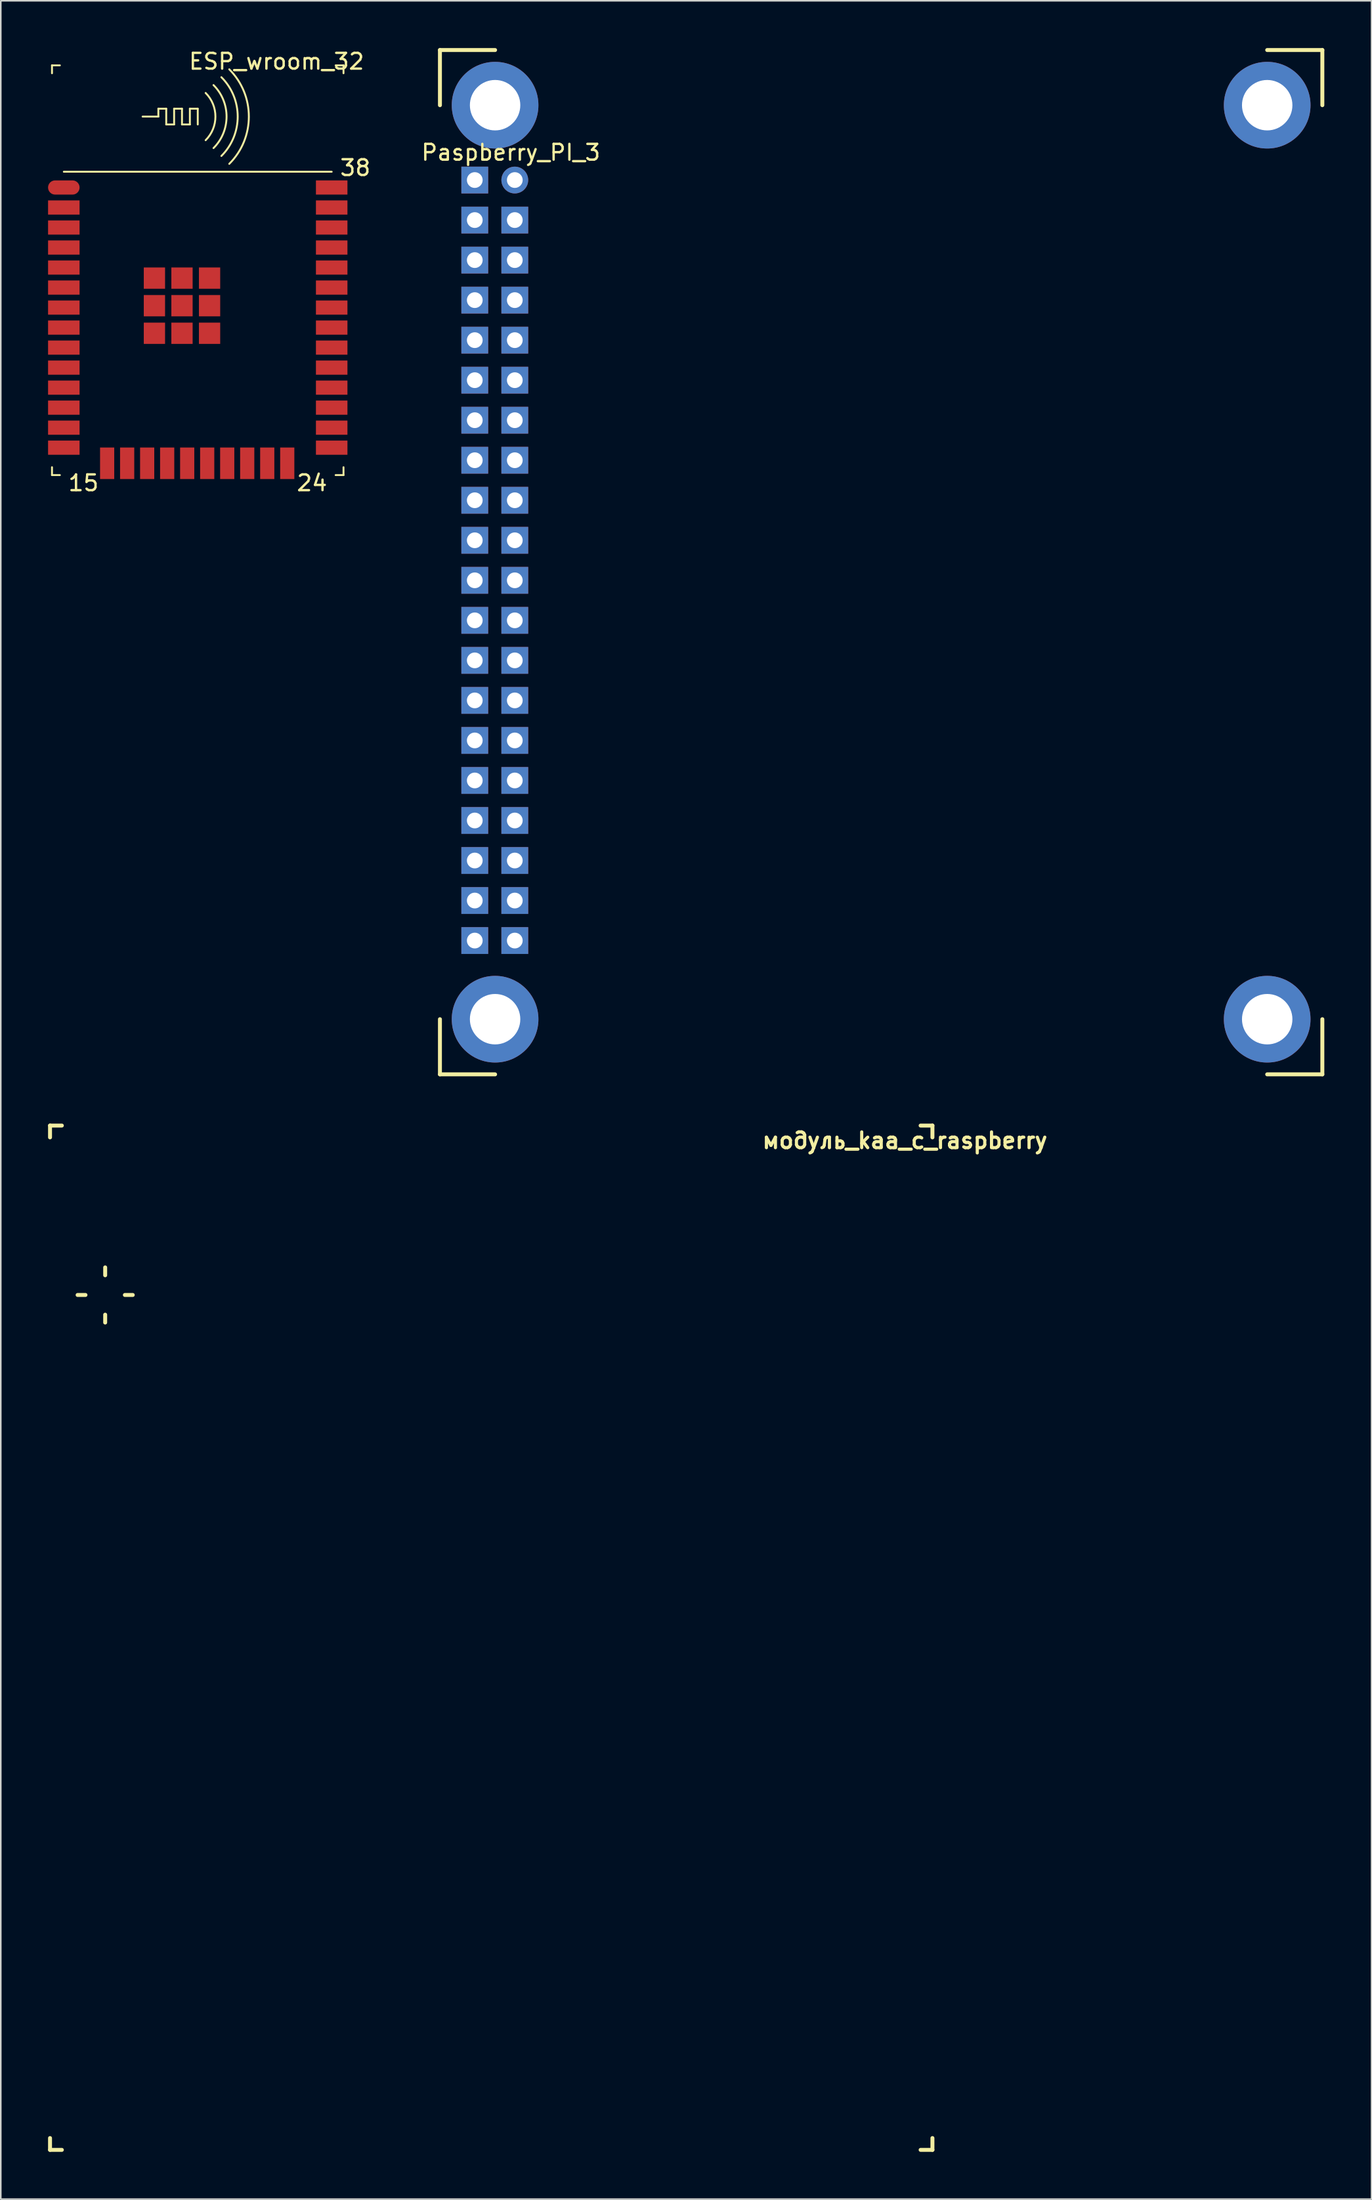
<source format=kicad_pcb>
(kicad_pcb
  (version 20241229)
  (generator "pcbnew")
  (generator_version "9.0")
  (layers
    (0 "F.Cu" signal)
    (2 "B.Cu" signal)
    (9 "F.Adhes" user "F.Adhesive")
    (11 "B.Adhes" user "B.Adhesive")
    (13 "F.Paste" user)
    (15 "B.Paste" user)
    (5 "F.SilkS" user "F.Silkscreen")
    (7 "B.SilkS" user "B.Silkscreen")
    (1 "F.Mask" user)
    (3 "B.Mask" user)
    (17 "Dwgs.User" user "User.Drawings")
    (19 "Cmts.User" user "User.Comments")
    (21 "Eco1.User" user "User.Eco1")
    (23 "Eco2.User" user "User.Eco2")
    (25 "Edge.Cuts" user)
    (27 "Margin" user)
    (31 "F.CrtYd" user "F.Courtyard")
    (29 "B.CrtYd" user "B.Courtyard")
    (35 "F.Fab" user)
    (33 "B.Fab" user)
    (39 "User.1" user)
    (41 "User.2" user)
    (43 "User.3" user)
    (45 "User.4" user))
  (footprint "Paspberry_PI_3"
    (layer "F.Cu")
    (at 29.981 8.375)
    (property "Reference" "Paspberry_PI_3" (at -0.611 -1.75 0) (layer "F.SilkS") (effects (font (size 1 1) (thickness 0.15))))
    (attr through_hole)
    (fp_line (start -5.111 -8.25) (end -5.111 -4.75) (stroke (width 0.25) (type solid)) (layer "F.SilkS"))
    (fp_line (start -5.111 56.75) (end -5.111 53.25) (stroke (width 0.25) (type solid)) (layer "F.SilkS"))
    (fp_line (start -1.611 -8.25) (end -5.111 -8.25) (stroke (width 0.25) (type solid)) (layer "F.SilkS"))
    (fp_line (start -1.611 56.75) (end -5.111 56.75) (stroke (width 0.25) (type solid)) (layer "F.SilkS"))
    (fp_line (start 47.389 -8.25) (end 50.889 -8.25) (stroke (width 0.25) (type solid)) (layer "F.SilkS"))
    (fp_line (start 47.389 56.75) (end 50.889 56.75) (stroke (width 0.25) (type solid)) (layer "F.SilkS"))
    (fp_line (start 50.889 -8.25) (end 50.889 -4.75) (stroke (width 0.25) (type solid)) (layer "F.SilkS"))
    (fp_line (start 50.889 56.75) (end 50.889 53.25) (stroke (width 0.25) (type solid)) (layer "F.SilkS"))
    (pad "0" thru_hole circle (at -1.611 -4.75) (size 5.5 5.5) (drill 3.2) (layers "*.Cu" "*.Mask"))
    (pad "0" thru_hole circle (at -1.611 53.25) (size 5.5 5.5) (drill 3.2) (layers "*.Cu" "*.Mask"))
    (pad "0" thru_hole circle (at 47.389 -4.75) (size 5.5 5.5) (drill 3.2) (layers "*.Cu" "*.Mask"))
    (pad "0" thru_hole circle (at 47.389 53.25) (size 5.5 5.5) (drill 3.2) (layers "*.Cu" "*.Mask"))
    (pad "1" thru_hole circle (at -0.361 0) (size 1.7 1.7) (drill 1) (layers "*.Cu" "*.Mask"))
    (pad "2" thru_hole rect (at -2.901 0) (size 1.7 1.7) (drill 1) (layers "*.Cu" "*.Mask"))
    (pad "3" thru_hole rect (at -0.361 2.54) (size 1.7 1.7) (drill 1) (layers "*.Cu" "*.Mask"))
    (pad "4" thru_hole rect (at -2.901 2.54) (size 1.7 1.7) (drill 1) (layers "*.Cu" "*.Mask"))
    (pad "5" thru_hole rect (at -0.361 5.08) (size 1.7 1.7) (drill 1) (layers "*.Cu" "*.Mask"))
    (pad "6" thru_hole rect (at -2.901 5.08) (size 1.7 1.7) (drill 1) (layers "*.Cu" "*.Mask"))
    (pad "7" thru_hole rect (at -0.361 7.62) (size 1.7 1.7) (drill 1) (layers "*.Cu" "*.Mask"))
    (pad "8" thru_hole rect (at -2.901 7.62) (size 1.7 1.7) (drill 1) (layers "*.Cu" "*.Mask"))
    (pad "9" thru_hole rect (at -0.361 10.16) (size 1.7 1.7) (drill 1) (layers "*.Cu" "*.Mask"))
    (pad "10" thru_hole rect (at -2.901 10.16) (size 1.7 1.7) (drill 1) (layers "*.Cu" "*.Mask"))
    (pad "11" thru_hole rect (at -0.361 12.7) (size 1.7 1.7) (drill 1) (layers "*.Cu" "*.Mask"))
    (pad "12" thru_hole rect (at -2.901 12.7) (size 1.7 1.7) (drill 1) (layers "*.Cu" "*.Mask"))
    (pad "13" thru_hole rect (at -0.361 15.24) (size 1.7 1.7) (drill 1) (layers "*.Cu" "*.Mask"))
    (pad "14" thru_hole rect (at -2.901 15.24) (size 1.7 1.7) (drill 1) (layers "*.Cu" "*.Mask"))
    (pad "15" thru_hole rect (at -0.361 17.78) (size 1.7 1.7) (drill 1) (layers "*.Cu" "*.Mask"))
    (pad "16" thru_hole rect (at -2.901 17.78) (size 1.7 1.7) (drill 1) (layers "*.Cu" "*.Mask"))
    (pad "17" thru_hole rect (at -0.361 20.32) (size 1.7 1.7) (drill 1) (layers "*.Cu" "*.Mask"))
    (pad "18" thru_hole rect (at -2.901 20.32) (size 1.7 1.7) (drill 1) (layers "*.Cu" "*.Mask"))
    (pad "19" thru_hole rect (at -0.361 22.86) (size 1.7 1.7) (drill 1) (layers "*.Cu" "*.Mask"))
    (pad "20" thru_hole rect (at -2.901 22.86) (size 1.7 1.7) (drill 1) (layers "*.Cu" "*.Mask"))
    (pad "21" thru_hole rect (at -0.361 25.4) (size 1.7 1.7) (drill 1) (layers "*.Cu" "*.Mask"))
    (pad "22" thru_hole rect (at -2.901 25.4) (size 1.7 1.7) (drill 1) (layers "*.Cu" "*.Mask"))
    (pad "23" thru_hole rect (at -0.361 27.94) (size 1.7 1.7) (drill 1) (layers "*.Cu" "*.Mask"))
    (pad "24" thru_hole rect (at -2.901 27.94) (size 1.7 1.7) (drill 1) (layers "*.Cu" "*.Mask"))
    (pad "25" thru_hole rect (at -0.361 30.48) (size 1.7 1.7) (drill 1) (layers "*.Cu" "*.Mask"))
    (pad "26" thru_hole rect (at -2.901 30.48) (size 1.7 1.7) (drill 1) (layers "*.Cu" "*.Mask"))
    (pad "27" thru_hole rect (at -0.361 33.02) (size 1.7 1.7) (drill 1) (layers "*.Cu" "*.Mask"))
    (pad "28" thru_hole rect (at -2.901 33.02) (size 1.7 1.7) (drill 1) (layers "*.Cu" "*.Mask"))
    (pad "29" thru_hole rect (at -0.361 35.56) (size 1.7 1.7) (drill 1) (layers "*.Cu" "*.Mask"))
    (pad "30" thru_hole rect (at -2.901 35.56) (size 1.7 1.7) (drill 1) (layers "*.Cu" "*.Mask"))
    (pad "31" thru_hole rect (at -0.361 38.1) (size 1.7 1.7) (drill 1) (layers "*.Cu" "*.Mask"))
    (pad "32" thru_hole rect (at -2.901 38.1) (size 1.7 1.7) (drill 1) (layers "*.Cu" "*.Mask"))
    (pad "33" thru_hole rect (at -0.361 40.64) (size 1.7 1.7) (drill 1) (layers "*.Cu" "*.Mask"))
    (pad "34" thru_hole rect (at -2.901 40.64) (size 1.7 1.7) (drill 1) (layers "*.Cu" "*.Mask"))
    (pad "35" thru_hole rect (at -0.361 43.18) (size 1.7 1.7) (drill 1) (layers "*.Cu" "*.Mask"))
    (pad "36" thru_hole rect (at -2.901 43.18) (size 1.7 1.7) (drill 1) (layers "*.Cu" "*.Mask"))
    (pad "37" thru_hole rect (at -0.361 45.72) (size 1.7 1.7) (drill 1) (layers "*.Cu" "*.Mask"))
    (pad "38" thru_hole rect (at -2.901 45.72) (size 1.7 1.7) (drill 1) (layers "*.Cu" "*.Mask"))
    (pad "39" thru_hole rect (at -0.361 48.26) (size 1.7 1.7) (drill 1) (layers "*.Cu" "*.Mask"))
    (pad "40" thru_hole rect (at -2.901 48.26) (size 1.7 1.7) (drill 1) (layers "*.Cu" "*.Mask")))
  (footprint "ESP_wroom_32"
    (layer "F.Cu")
    (at 1 8.848)
    (property "Reference" "ESP_wroom_32" (at 13.5 -8 0) (layer "F.SilkS") (effects (font (size 1 1) (thickness 0.15))))
    (attr through_hole)
    (fp_line (start -0.75 -7.75) (end -0.75 -7.25) (stroke (width 0.12) (type solid)) (layer "F.SilkS"))
    (fp_line (start -0.75 -7.75) (end -0.25 -7.75) (stroke (width 0.12) (type solid)) (layer "F.SilkS"))
    (fp_line (start -0.75 18.25) (end -0.75 17.75) (stroke (width 0.12) (type solid)) (layer "F.SilkS"))
    (fp_line (start -0.75 18.25) (end -0.25 18.25) (stroke (width 0.12) (type solid)) (layer "F.SilkS"))
    (fp_line (start 0 -1) (end 17 -1) (stroke (width 0.12) (type solid)) (layer "F.SilkS"))
    (fp_line (start 5 -4.5) (end 6 -4.5) (stroke (width 0.12) (type solid)) (layer "F.SilkS"))
    (fp_line (start 6 -5) (end 6.5 -5) (stroke (width 0.12) (type solid)) (layer "F.SilkS"))
    (fp_line (start 6 -4.5) (end 6 -5) (stroke (width 0.12) (type solid)) (layer "F.SilkS"))
    (fp_line (start 6.5 -5) (end 6.5 -4) (stroke (width 0.12) (type solid)) (layer "F.SilkS"))
    (fp_line (start 6.5 -4) (end 7 -4) (stroke (width 0.12) (type solid)) (layer "F.SilkS"))
    (fp_line (start 7 -5) (end 7.5 -5) (stroke (width 0.12) (type solid)) (layer "F.SilkS"))
    (fp_line (start 7 -4) (end 7 -5) (stroke (width 0.12) (type solid)) (layer "F.SilkS"))
    (fp_line (start 7.5 -5) (end 7.5 -4) (stroke (width 0.12) (type solid)) (layer "F.SilkS"))
    (fp_line (start 7.5 -4) (end 8 -4) (stroke (width 0.12) (type solid)) (layer "F.SilkS"))
    (fp_line (start 8 -5) (end 8.5 -5) (stroke (width 0.12) (type solid)) (layer "F.SilkS"))
    (fp_line (start 8 -4) (end 8 -5) (stroke (width 0.12) (type solid)) (layer "F.SilkS"))
    (fp_line (start 8.5 -5) (end 8.5 -4) (stroke (width 0.12) (type solid)) (layer "F.SilkS"))
    (fp_line (start 17.75 -7.75) (end 17.25 -7.75) (stroke (width 0.12) (type solid)) (layer "F.SilkS"))
    (fp_line (start 17.75 -7.75) (end 17.75 -7.25) (stroke (width 0.12) (type solid)) (layer "F.SilkS"))
    (fp_line (start 17.75 18.25) (end 17.25 18.25) (stroke (width 0.12) (type solid)) (layer "F.SilkS"))
    (fp_line (start 17.75 18.25) (end 17.75 17.75) (stroke (width 0.12) (type solid)) (layer "F.SilkS"))
    (fp_arc (start 8.999999 -5.999999) (mid 9.621319 -4.5) (end 8.999999 -3.000001) (stroke (width 0.12) (type solid)) (layer "F.SilkS"))
    (fp_arc (start 9.499999 -6.499999) (mid 10.328426 -4.5) (end 9.499999 -2.500001) (stroke (width 0.12) (type solid)) (layer "F.SilkS"))
    (fp_arc (start 9.999999 -6.999999) (mid 11.035532 -4.5) (end 9.999999 -2.000001) (stroke (width 0.12) (type solid)) (layer "F.SilkS"))
    (fp_arc (start 10.499999 -7.499999) (mid 11.742639 -4.5) (end 10.499999 -1.500001) (stroke (width 0.12) (type solid)) (layer "F.SilkS"))
    (fp_text user "15" (at 1.25 18.75 0) (layer "F.SilkS") (effects (font (size 1 1) (thickness 0.15))))
    (fp_text user "38" (at 18.5 -1.25 0) (layer "F.SilkS") (effects (font (size 1 1) (thickness 0.15))))
    (fp_text user "24" (at 15.75 18.75 0) (layer "F.SilkS") (effects (font (size 1 1) (thickness 0.15))))
    (pad "1" smd oval (at 0 0) (size 2 0.9) (layers "F.Cu" "F.Mask" "F.Paste"))
    (pad "2" smd rect (at 0 1.27) (size 2 0.9) (layers "F.Cu" "F.Mask" "F.Paste"))
    (pad "3" smd rect (at 0 2.54) (size 2 0.9) (layers "F.Cu" "F.Mask" "F.Paste"))
    (pad "4" smd rect (at 0 3.81) (size 2 0.9) (layers "F.Cu" "F.Mask" "F.Paste"))
    (pad "5" smd rect (at 0 5.08) (size 2 0.9) (layers "F.Cu" "F.Mask" "F.Paste"))
    (pad "6" smd rect (at 0 6.35) (size 2 0.9) (layers "F.Cu" "F.Mask" "F.Paste"))
    (pad "7" smd rect (at 0 7.62) (size 2 0.9) (layers "F.Cu" "F.Mask" "F.Paste"))
    (pad "8" smd rect (at 0 8.89) (size 2 0.9) (layers "F.Cu" "F.Mask" "F.Paste"))
    (pad "9" smd rect (at 0 10.16) (size 2 0.9) (layers "F.Cu" "F.Mask" "F.Paste"))
    (pad "10" smd rect (at 0 11.43) (size 2 0.9) (layers "F.Cu" "F.Mask" "F.Paste"))
    (pad "11" smd rect (at 0 12.7) (size 2 0.9) (layers "F.Cu" "F.Mask" "F.Paste"))
    (pad "12" smd rect (at 0 13.97) (size 2 0.9) (layers "F.Cu" "F.Mask" "F.Paste"))
    (pad "13" smd rect (at 0 15.24) (size 2 0.9) (layers "F.Cu" "F.Mask" "F.Paste"))
    (pad "14" smd rect (at 0 16.51) (size 2 0.9) (layers "F.Cu" "F.Mask" "F.Paste"))
    (pad "15" smd rect (at 2.75 17.5) (size 0.9 2) (layers "F.Cu" "F.Mask" "F.Paste"))
    (pad "16" smd rect (at 4.02 17.5) (size 0.9 2) (layers "F.Cu" "F.Mask" "F.Paste"))
    (pad "17" smd rect (at 5.29 17.5) (size 0.9 2) (layers "F.Cu" "F.Mask" "F.Paste"))
    (pad "18" smd rect (at 6.56 17.5) (size 0.9 2) (layers "F.Cu" "F.Mask" "F.Paste"))
    (pad "19" smd rect (at 7.83 17.5) (size 0.9 2) (layers "F.Cu" "F.Mask" "F.Paste"))
    (pad "20" smd rect (at 9.1 17.5) (size 0.9 2) (layers "F.Cu" "F.Mask" "F.Paste"))
    (pad "21" smd rect (at 10.37 17.5) (size 0.9 2) (layers "F.Cu" "F.Mask" "F.Paste"))
    (pad "22" smd rect (at 11.64 17.5) (size 0.9 2) (layers "F.Cu" "F.Mask" "F.Paste"))
    (pad "23" smd rect (at 12.91 17.5) (size 0.9 2) (layers "F.Cu" "F.Mask" "F.Paste"))
    (pad "24" smd rect (at 14.18 17.5) (size 0.9 2) (layers "F.Cu" "F.Mask" "F.Paste"))
    (pad "25" smd rect (at 17 16.51) (size 2 0.9) (layers "F.Cu" "F.Mask" "F.Paste"))
    (pad "26" smd rect (at 17 15.24) (size 2 0.9) (layers "F.Cu" "F.Mask" "F.Paste"))
    (pad "27" smd rect (at 17 13.97) (size 2 0.9) (layers "F.Cu" "F.Mask" "F.Paste"))
    (pad "28" smd rect (at 17 12.7) (size 2 0.9) (layers "F.Cu" "F.Mask" "F.Paste"))
    (pad "29" smd rect (at 17 11.43) (size 2 0.9) (layers "F.Cu" "F.Mask" "F.Paste"))
    (pad "30" smd rect (at 17 10.16) (size 2 0.9) (layers "F.Cu" "F.Mask" "F.Paste"))
    (pad "31" smd rect (at 17 8.89) (size 2 0.9) (layers "F.Cu" "F.Mask" "F.Paste"))
    (pad "32" smd rect (at 17 7.62) (size 2 0.9) (layers "F.Cu" "F.Mask" "F.Paste"))
    (pad "33" smd rect (at 17 6.35) (size 2 0.9) (layers "F.Cu" "F.Mask" "F.Paste"))
    (pad "34" smd rect (at 17 5.08) (size 2 0.9) (layers "F.Cu" "F.Mask" "F.Paste"))
    (pad "35" smd rect (at 17 3.81) (size 2 0.9) (layers "F.Cu" "F.Mask" "F.Paste"))
    (pad "36" smd rect (at 17 2.54) (size 2 0.9) (layers "F.Cu" "F.Mask" "F.Paste"))
    (pad "37" smd rect (at 17 1.27) (size 2 0.9) (layers "F.Cu" "F.Mask" "F.Paste"))
    (pad "38" smd rect (at 17 0) (size 2 0.9) (layers "F.Cu" "F.Mask" "F.Paste"))
    (pad "39" smd rect (at 5.75 5.75) (size 1.35 1.35) (layers "F.Cu" "F.Mask" "F.Paste"))
    (pad "39" smd rect (at 5.75 7.5) (size 1.35 1.35) (layers "F.Cu" "F.Mask" "F.Paste"))
    (pad "39" smd rect (at 5.75 9.25) (size 1.35 1.35) (layers "F.Cu" "F.Mask" "F.Paste"))
    (pad "39" smd rect (at 7.5 5.75) (size 1.35 1.35) (layers "F.Cu" "F.Mask" "F.Paste"))
    (pad "39" smd rect (at 7.5 7.5) (size 1.35 1.35) (layers "F.Cu" "F.Mask" "F.Paste"))
    (pad "39" smd rect (at 7.5 9.25) (size 1.35 1.35) (layers "F.Cu" "F.Mask" "F.Paste"))
    (pad "39" smd rect (at 9.25 5.75) (size 1.35 1.35) (layers "F.Cu" "F.Mask" "F.Paste"))
    (pad "39" smd rect (at 9.25 7.5) (size 1.35 1.35) (layers "F.Cu" "F.Mask" "F.Paste"))
    (pad "39" smd rect (at 9.25 9.25) (size 1.35 1.35) (layers "F.Cu" "F.Mask" "F.Paste")))
  (footprint "модуль_kaa_с_raspberry"
    (layer "F.Cu")
    (at 3.625 79.125)
    (property "Reference" "модуль_kaa_с_raspberry" (at 50.75 -9.8 0) (layer "F.SilkS") (effects (font (size 1 1) (thickness 0.2))))
    (attr through_hole)
    (fp_line (start -3.5 -10.75) (end -3.5 -10) (stroke (width 0.25) (type solid)) (layer "F.SilkS"))
    (fp_line (start -3.5 -10.75) (end -2.75 -10.75) (stroke (width 0.25) (type solid)) (layer "F.SilkS"))
    (fp_line (start -3.5 54.25) (end -3.5 53.5) (stroke (width 0.25) (type solid)) (layer "F.SilkS"))
    (fp_line (start -3.5 54.25) (end -2.75 54.25) (stroke (width 0.25) (type solid)) (layer "F.SilkS"))
    (fp_line (start -1.25 0) (end -1.75 0) (stroke (width 0.25) (type solid)) (layer "F.SilkS"))
    (fp_line (start 0 -1.25) (end 0 -1.75) (stroke (width 0.25) (type solid)) (layer "F.SilkS"))
    (fp_line (start 0 1.25) (end 0 1.75) (stroke (width 0.25) (type solid)) (layer "F.SilkS"))
    (fp_line (start 1.25 0) (end 1.75 0) (stroke (width 0.25) (type solid)) (layer "F.SilkS"))
    (fp_line (start 52.5 -10.75) (end 51.75 -10.75) (stroke (width 0.25) (type solid)) (layer "F.SilkS"))
    (fp_line (start 52.5 -10.75) (end 52.5 -10) (stroke (width 0.25) (type solid)) (layer "F.SilkS"))
    (fp_line (start 52.5 54.25) (end 51.75 54.25) (stroke (width 0.25) (type solid)) (layer "F.SilkS"))
    (fp_line (start 52.5 54.25) (end 52.5 53.5) (stroke (width 0.25) (type solid)) (layer "F.SilkS")))
  (gr_rect
    (start -3 -3)
    (end 83.994 136.5)
    (stroke (width 0.1) (type default))
    (fill no)
    (layer "Edge.Cuts")))
</source>
